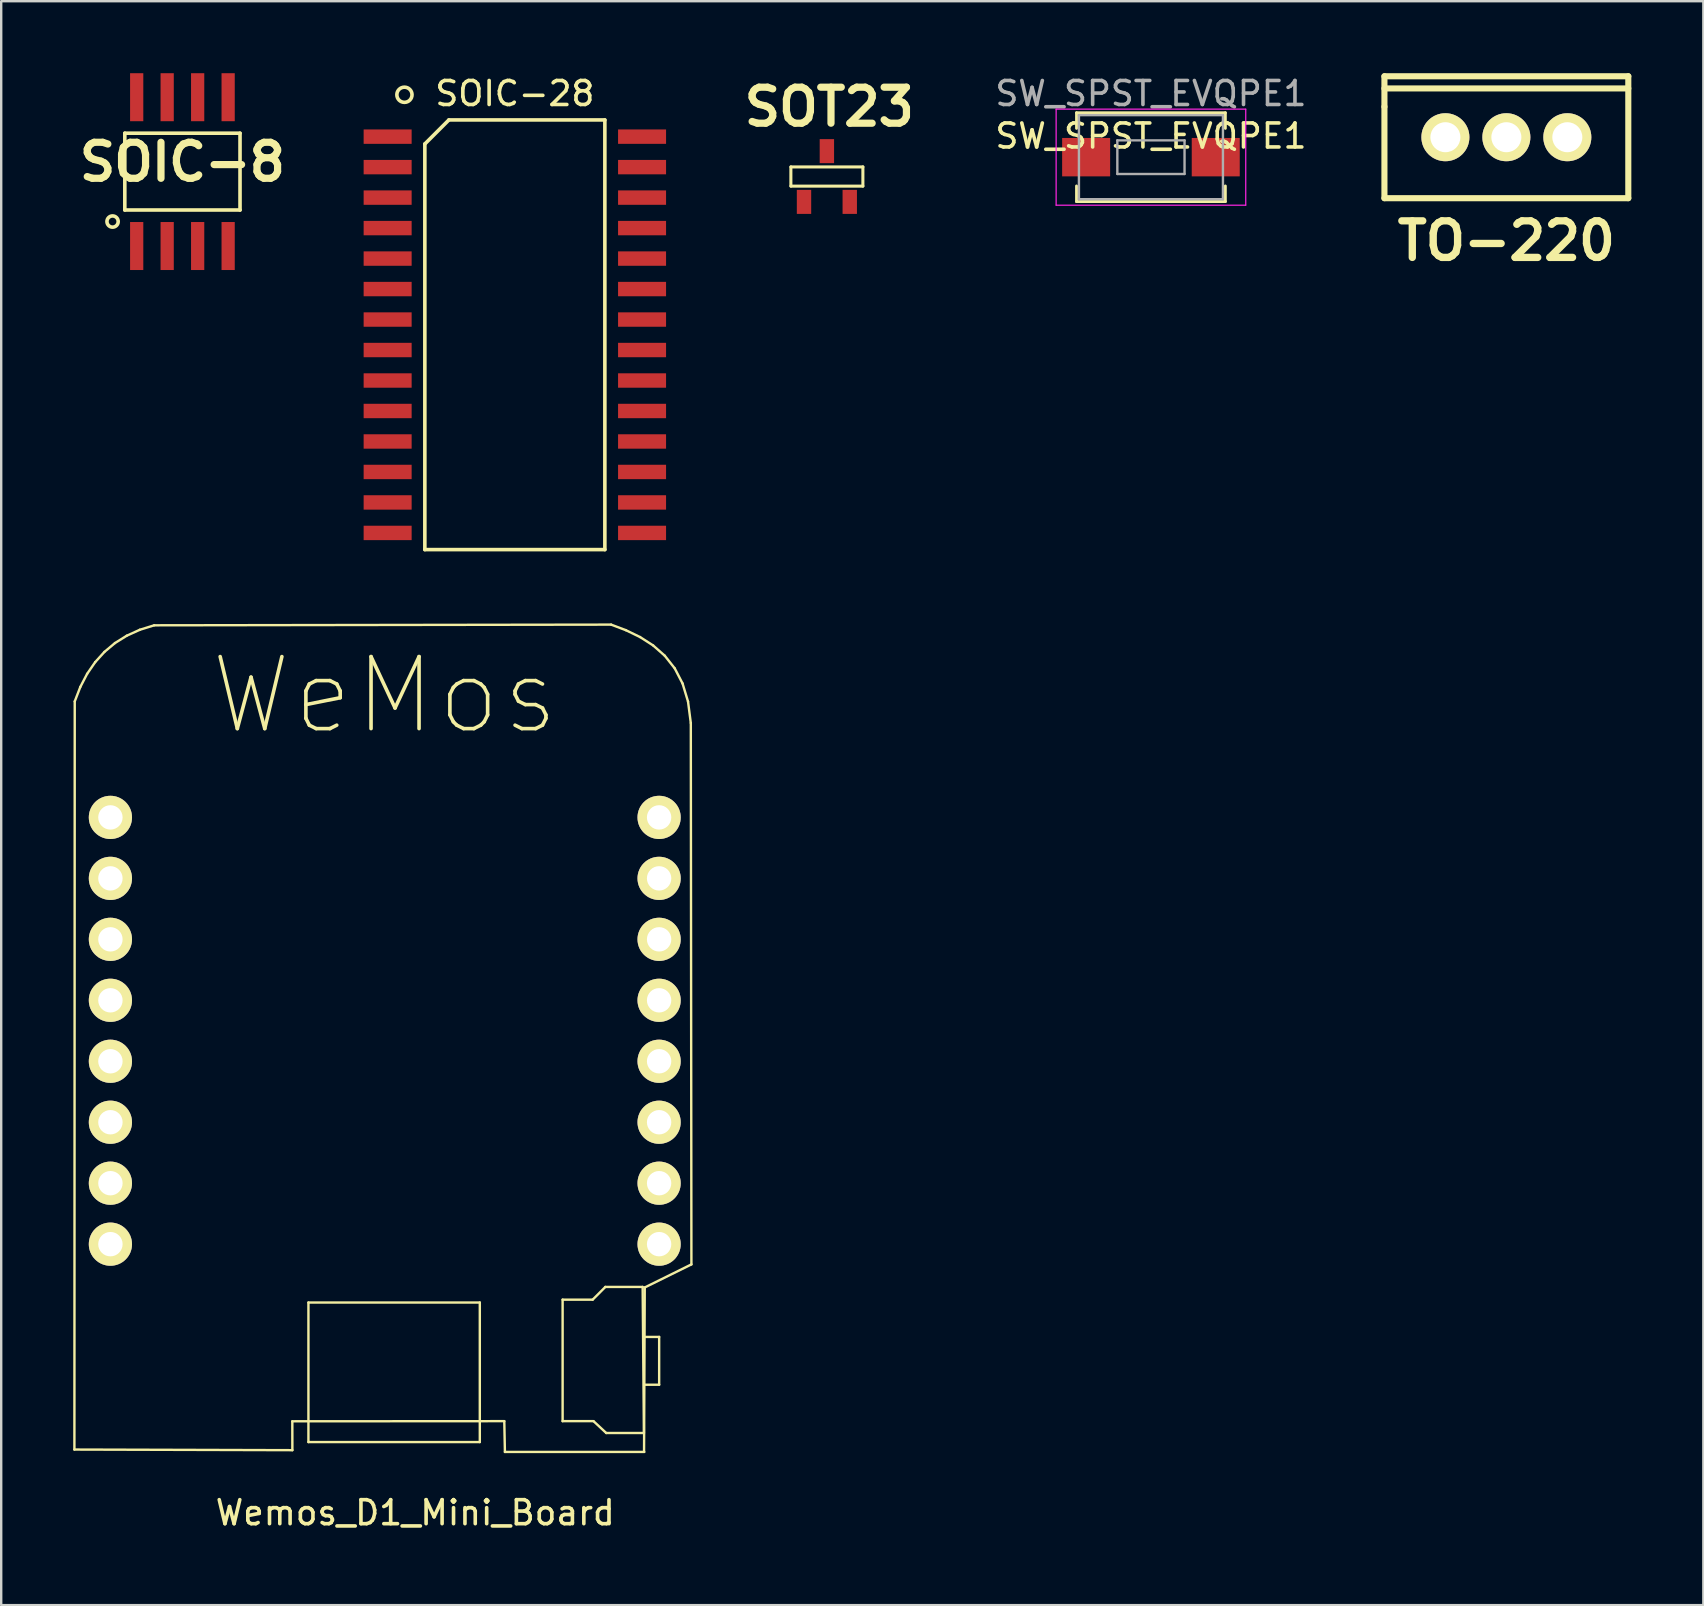
<source format=kicad_pcb>
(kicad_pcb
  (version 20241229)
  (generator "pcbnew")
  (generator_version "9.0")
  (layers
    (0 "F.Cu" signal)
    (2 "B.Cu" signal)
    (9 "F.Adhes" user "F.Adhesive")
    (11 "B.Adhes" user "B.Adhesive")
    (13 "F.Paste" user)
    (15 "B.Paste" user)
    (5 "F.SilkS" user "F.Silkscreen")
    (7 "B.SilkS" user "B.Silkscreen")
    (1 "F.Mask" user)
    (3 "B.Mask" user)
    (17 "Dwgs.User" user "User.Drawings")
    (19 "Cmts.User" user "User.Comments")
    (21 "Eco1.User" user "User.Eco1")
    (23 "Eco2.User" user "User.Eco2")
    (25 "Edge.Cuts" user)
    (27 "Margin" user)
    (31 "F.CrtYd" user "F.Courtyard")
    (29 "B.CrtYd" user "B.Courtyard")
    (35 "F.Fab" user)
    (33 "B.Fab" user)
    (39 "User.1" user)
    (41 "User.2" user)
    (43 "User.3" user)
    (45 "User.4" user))
  (footprint "Wemos_D1_Mini_Board"
    (layer "F.Cu")
    (at 12.98 41.165)
    (property "Reference" "Wemos_D1_Mini_Board" (at 1.27 18.81 0) (layer "F.SilkS") (effects (font (size 1 1) (thickness 0.15))))
    (attr through_hole)
    (fp_line (start -12.93 16.177) (end -12.916 -14.993) (stroke (width 0.1) (type solid)) (layer "F.SilkS"))
    (fp_line (start -12.916 -14.993) (end -12.683 -15.596) (stroke (width 0.1) (type solid)) (layer "F.SilkS"))
    (fp_line (start -12.683 -15.596) (end -12.4 -16.141) (stroke (width 0.1) (type solid)) (layer "F.SilkS"))
    (fp_line (start -12.4 -16.141) (end -12.065 -16.628) (stroke (width 0.1) (type solid)) (layer "F.SilkS"))
    (fp_line (start -12.065 -16.628) (end -11.679 -17.055) (stroke (width 0.1) (type solid)) (layer "F.SilkS"))
    (fp_line (start -11.679 -17.055) (end -11.241 -17.423) (stroke (width 0.1) (type solid)) (layer "F.SilkS"))
    (fp_line (start -11.241 -17.423) (end -10.749 -17.73) (stroke (width 0.1) (type solid)) (layer "F.SilkS"))
    (fp_line (start -10.749 -17.73) (end -10.205 -17.977) (stroke (width 0.1) (type solid)) (layer "F.SilkS"))
    (fp_line (start -10.205 -17.977) (end -9.607 -18.163) (stroke (width 0.1) (type solid)) (layer "F.SilkS"))
    (fp_line (start -9.607 -18.163) (end 9.43 -18.192) (stroke (width 0.1) (type solid)) (layer "F.SilkS"))
    (fp_line (start -3.851 15) (end -3.849 16.203) (stroke (width 0.1) (type solid)) (layer "F.SilkS"))
    (fp_line (start -3.849 16.203) (end -12.93 16.177) (stroke (width 0.1) (type solid)) (layer "F.SilkS"))
    (fp_line (start -3.18 10.051) (end 3.96 10.051) (stroke (width 0.1) (type solid)) (layer "F.SilkS"))
    (fp_line (start -3.18 15.865) (end -3.18 10.051) (stroke (width 0.1) (type solid)) (layer "F.SilkS"))
    (fp_line (start 3.96 10.051) (end 3.96 15.865) (stroke (width 0.1) (type solid)) (layer "F.SilkS"))
    (fp_line (start 3.96 15.865) (end -3.18 15.865) (stroke (width 0.1) (type solid)) (layer "F.SilkS"))
    (fp_line (start 4.98 14.994) (end -3.851 15) (stroke (width 0.1) (type solid)) (layer "F.SilkS"))
    (fp_line (start 5.006 16.277) (end 4.98 14.994) (stroke (width 0.1) (type solid)) (layer "F.SilkS"))
    (fp_line (start 7.41 9.932) (end 7.41 14.994) (stroke (width 0.1) (type solid)) (layer "F.SilkS"))
    (fp_line (start 7.41 14.994) (end 8.697 14.994) (stroke (width 0.1) (type solid)) (layer "F.SilkS"))
    (fp_line (start 8.662 9.932) (end 7.41 9.932) (stroke (width 0.1) (type solid)) (layer "F.SilkS"))
    (fp_line (start 8.697 14.994) (end 9.227 15.488) (stroke (width 0.1) (type solid)) (layer "F.SilkS"))
    (fp_line (start 9.191 9.402) (end 8.662 9.932) (stroke (width 0.1) (type solid)) (layer "F.SilkS"))
    (fp_line (start 9.227 15.488) (end 10.797 15.488) (stroke (width 0.1) (type solid)) (layer "F.SilkS"))
    (fp_line (start 9.43 -18.192) (end 10.05 -17.958) (stroke (width 0.1) (type solid)) (layer "F.SilkS"))
    (fp_line (start 10.05 -17.958) (end 10.638 -17.673) (stroke (width 0.1) (type solid)) (layer "F.SilkS"))
    (fp_line (start 10.638 -17.673) (end 11.181 -17.324) (stroke (width 0.1) (type solid)) (layer "F.SilkS"))
    (fp_line (start 10.744 9.402) (end 9.191 9.402) (stroke (width 0.1) (type solid)) (layer "F.SilkS"))
    (fp_line (start 10.779 11.484) (end 11.432 11.484) (stroke (width 0.1) (type solid)) (layer "F.SilkS"))
    (fp_line (start 10.797 15.488) (end 10.744 9.402) (stroke (width 0.1) (type solid)) (layer "F.SilkS"))
    (fp_line (start 10.817 16.277) (end 5.006 16.277) (stroke (width 0.1) (type solid)) (layer "F.SilkS"))
    (fp_line (start 10.832 9.424) (end 10.803 16.233) (stroke (width 0.1) (type solid)) (layer "F.SilkS"))
    (fp_line (start 11.181 -17.324) (end 11.667 -16.895) (stroke (width 0.1) (type solid)) (layer "F.SilkS"))
    (fp_line (start 11.432 11.484) (end 11.432 13.477) (stroke (width 0.1) (type solid)) (layer "F.SilkS"))
    (fp_line (start 11.432 13.477) (end 10.814 13.477) (stroke (width 0.1) (type solid)) (layer "F.SilkS"))
    (fp_line (start 11.667 -16.895) (end 12.08 -16.371) (stroke (width 0.1) (type solid)) (layer "F.SilkS"))
    (fp_line (start 12.08 -16.371) (end 12.407 -15.74) (stroke (width 0.1) (type solid)) (layer "F.SilkS"))
    (fp_line (start 12.407 -15.74) (end 12.635 -14.985) (stroke (width 0.1) (type solid)) (layer "F.SilkS"))
    (fp_line (start 12.635 -14.985) (end 12.751 -14.092) (stroke (width 0.1) (type solid)) (layer "F.SilkS"))
    (fp_line (start 12.751 -14.092) (end 12.776 8.463) (stroke (width 0.1) (type solid)) (layer "F.SilkS"))
    (fp_line (start 12.776 8.463) (end 10.832 9.424) (stroke (width 0.1) (type solid)) (layer "F.SilkS"))
    (fp_text user "WeMos" (at 0 -15.24 0) (layer "F.SilkS") (effects (font (size 3 3) (thickness 0.15))))
    (pad "1" thru_hole circle (at -11.43 7.62) (size 1.8 1.8) (drill 1.016) (layers "*.Cu" "*.Mask" "F.SilkS"))
    (pad "2" thru_hole circle (at -11.43 5.08) (size 1.8 1.8) (drill 1.016) (layers "*.Cu" "*.Mask" "F.SilkS"))
    (pad "3" thru_hole circle (at -11.43 2.54) (size 1.8 1.8) (drill 1.016) (layers "*.Cu" "*.Mask" "F.SilkS"))
    (pad "4" thru_hole circle (at -11.43 0) (size 1.8 1.8) (drill 1.016) (layers "*.Cu" "*.Mask" "F.SilkS"))
    (pad "5" thru_hole circle (at -11.43 -2.54) (size 1.8 1.8) (drill 1.016) (layers "*.Cu" "*.Mask" "F.SilkS"))
    (pad "6" thru_hole circle (at -11.43 -5.08) (size 1.8 1.8) (drill 1.016) (layers "*.Cu" "*.Mask" "F.SilkS"))
    (pad "7" thru_hole circle (at -11.43 -7.62) (size 1.8 1.8) (drill 1.016) (layers "*.Cu" "*.Mask" "F.SilkS"))
    (pad "8" thru_hole circle (at -11.43 -10.16) (size 1.8 1.8) (drill 1.016) (layers "*.Cu" "*.Mask" "F.SilkS"))
    (pad "9" thru_hole circle (at 11.43 -10.16) (size 1.8 1.8) (drill 1.016) (layers "*.Cu" "*.Mask" "F.SilkS"))
    (pad "10" thru_hole circle (at 11.43 -7.62) (size 1.8 1.8) (drill 1.016) (layers "*.Cu" "*.Mask" "F.SilkS"))
    (pad "11" thru_hole circle (at 11.43 -5.08) (size 1.8 1.8) (drill 1.016) (layers "*.Cu" "*.Mask" "F.SilkS"))
    (pad "12" thru_hole circle (at 11.43 -2.54) (size 1.8 1.8) (drill 1.016) (layers "*.Cu" "*.Mask" "F.SilkS"))
    (pad "13" thru_hole circle (at 11.43 0) (size 1.8 1.8) (drill 1.016) (layers "*.Cu" "*.Mask" "F.SilkS"))
    (pad "14" thru_hole circle (at 11.43 2.54) (size 1.8 1.8) (drill 1.016) (layers "*.Cu" "*.Mask" "F.SilkS"))
    (pad "15" thru_hole circle (at 11.43 5.08) (size 1.8 1.8) (drill 1.016) (layers "*.Cu" "*.Mask" "F.SilkS"))
    (pad "16" thru_hole circle (at 11.43 7.62) (size 1.8 1.8) (drill 1.016) (layers "*.Cu" "*.Mask" "F.SilkS")))
  (footprint "TO-220"
    (layer "F.Cu")
    (at 59.709 2.667)
    (property "Reference" "TO-220" (at 0 4.318 0) (layer "F.SilkS") (effects (font (size 1.524 1.524) (thickness 0.305))))
    (attr through_hole)
    (fp_line (start -5.08 -2.54) (end -5.08 -1.27) (stroke (width 0.254) (type solid)) (layer "F.SilkS"))
    (fp_line (start -5.08 -2.032) (end 5.08 -2.032) (stroke (width 0.254) (type solid)) (layer "F.SilkS"))
    (fp_line (start -5.08 -1.27) (end -5.08 2.54) (stroke (width 0.254) (type solid)) (layer "F.SilkS"))
    (fp_line (start -5.08 2.54) (end 5.08 2.54) (stroke (width 0.254) (type solid)) (layer "F.SilkS"))
    (fp_line (start 5.08 -2.54) (end -5.08 -2.54) (stroke (width 0.254) (type solid)) (layer "F.SilkS"))
    (fp_line (start 5.08 2.54) (end 5.08 -2.54) (stroke (width 0.254) (type solid)) (layer "F.SilkS"))
    (pad "1" thru_hole circle (at -2.54 0) (size 2 2) (drill 1.25) (layers "*.Cu" "*.Mask" "F.SilkS"))
    (pad "2" thru_hole circle (at 0 0) (size 2 2) (drill 1.25) (layers "*.Cu" "*.Mask" "F.SilkS"))
    (pad "3" thru_hole circle (at 2.54 0) (size 2 2) (drill 1.25) (layers "*.Cu" "*.Mask" "F.SilkS")))
  (footprint "SOT23"
    (layer "F.Cu")
    (at 31.4 4.304)
    (property "Reference" "SOT23" (at 0.1 -2.9 0) (layer "F.SilkS") (effects (font (size 1.5 1.5) (thickness 0.3))))
    (attr through_hole)
    (fp_line (start -1.5 0.4) (end -1.5 -0.4) (stroke (width 0.127) (type solid)) (layer "F.SilkS"))
    (fp_line (start -1.497 -0.4) (end 1.5 -0.4) (stroke (width 0.127) (type solid)) (layer "F.SilkS"))
    (fp_line (start 1.5 -0.4) (end 1.5 0.4) (stroke (width 0.127) (type solid)) (layer "F.SilkS"))
    (fp_line (start 1.5 0.4) (end -1.497 0.4) (stroke (width 0.127) (type solid)) (layer "F.SilkS"))
    (pad "1" smd rect (at -0.953 1.057) (size 0.599 1.001) (layers "F.Cu" "F.Mask" "F.Paste"))
    (pad "2" smd rect (at 0 -1.057) (size 0.599 1.001) (layers "F.Cu" "F.Mask" "F.Paste"))
    (pad "3" smd rect (at 0.953 1.057) (size 0.599 1.001) (layers "F.Cu" "F.Mask" "F.Paste")))
  (footprint "SW_SPST_EVQPE1"
    (layer "F.Cu")
    (at 44.901 3.498)
    (property "Reference" "SW_SPST_EVQPE1" (at 0 -0.88 0) (layer "F.SilkS") (effects (font (size 1 1) (thickness 0.15))))
    (attr smd)
    (fp_line (start -3.1 -1.85) (end -3.1 -1.2) (stroke (width 0.12) (type solid)) (layer "F.SilkS"))
    (fp_line (start -3.1 1.2) (end -3.1 1.85) (stroke (width 0.12) (type solid)) (layer "F.SilkS"))
    (fp_line (start -3.1 1.85) (end 3.1 1.85) (stroke (width 0.12) (type solid)) (layer "F.SilkS"))
    (fp_line (start 3.1 -1.85) (end -3.1 -1.85) (stroke (width 0.12) (type solid)) (layer "F.SilkS"))
    (fp_line (start 3.1 -1.85) (end 3.1 -1.2) (stroke (width 0.12) (type solid)) (layer "F.SilkS"))
    (fp_line (start 3.1 1.85) (end 3.1 1.2) (stroke (width 0.12) (type solid)) (layer "F.SilkS"))
    (fp_line (start -3.95 -2) (end 3.95 -2) (stroke (width 0.05) (type solid)) (layer "F.CrtYd"))
    (fp_line (start -3.95 2) (end -3.95 -2) (stroke (width 0.05) (type solid)) (layer "F.CrtYd"))
    (fp_line (start 3.95 -2) (end 3.95 2) (stroke (width 0.05) (type solid)) (layer "F.CrtYd"))
    (fp_line (start 3.95 2) (end -3.95 2) (stroke (width 0.05) (type solid)) (layer "F.CrtYd"))
    (fp_line (start -3 -1.75) (end 3 -1.75) (stroke (width 0.1) (type solid)) (layer "F.Fab"))
    (fp_line (start -3 1.75) (end -3 -1.75) (stroke (width 0.1) (type solid)) (layer "F.Fab"))
    (fp_line (start -1.4 -0.7) (end 1.4 -0.7) (stroke (width 0.1) (type solid)) (layer "F.Fab"))
    (fp_line (start -1.4 0.7) (end -1.4 -0.7) (stroke (width 0.1) (type solid)) (layer "F.Fab"))
    (fp_line (start 1.4 -0.7) (end 1.4 0.7) (stroke (width 0.1) (type solid)) (layer "F.Fab"))
    (fp_line (start 1.4 0.7) (end -1.4 0.7) (stroke (width 0.1) (type solid)) (layer "F.Fab"))
    (fp_line (start 3 -1.75) (end 3 1.75) (stroke (width 0.1) (type solid)) (layer "F.Fab"))
    (fp_line (start 3 1.75) (end -3 1.75) (stroke (width 0.1) (type solid)) (layer "F.Fab"))
    (fp_text user "${REFERENCE}" (at 0 -2.65 0) (layer "F.Fab") (effects (font (size 1 1) (thickness 0.15))))
    (pad "1" smd rect (at -2.7 0) (size 2 1.6) (layers "F.Cu" "F.Mask" "F.Paste"))
    (pad "2" smd rect (at 2.7 0) (size 2 1.6) (layers "F.Cu" "F.Mask" "F.Paste")))
  (footprint "SOIC-28"
    (layer "F.Cu")
    (at 18.4 10.898)
    (property "Reference" "SOIC-28" (at 0 -10.05 0) (layer "F.SilkS") (effects (font (size 1 1) (thickness 0.15))))
    (attr smd)
    (fp_line (start -3.75 -7.95) (end -2.75 -8.95) (stroke (width 0.15) (type solid)) (layer "F.SilkS"))
    (fp_line (start -3.75 8.95) (end -3.75 -7.95) (stroke (width 0.15) (type solid)) (layer "F.SilkS"))
    (fp_line (start -2.75 -8.95) (end 3.75 -8.95) (stroke (width 0.15) (type solid)) (layer "F.SilkS"))
    (fp_line (start 3.75 -8.95) (end 3.75 8.95) (stroke (width 0.15) (type solid)) (layer "F.SilkS"))
    (fp_line (start 3.75 8.95) (end -3.75 8.95) (stroke (width 0.15) (type solid)) (layer "F.SilkS"))
    (fp_circle (center -4.6 -10) (end -4.3 -9.9) (stroke (width 0.15) (type solid)) (fill no) (layer "F.SilkS"))
    (pad "1" smd rect (at -5.3 -8.255) (size 2 0.6) (layers "F.Cu" "F.Mask" "F.Paste"))
    (pad "2" smd rect (at -5.3 -6.985) (size 2 0.6) (layers "F.Cu" "F.Mask" "F.Paste"))
    (pad "3" smd rect (at -5.3 -5.715) (size 2 0.6) (layers "F.Cu" "F.Mask" "F.Paste"))
    (pad "4" smd rect (at -5.3 -4.445) (size 2 0.6) (layers "F.Cu" "F.Mask" "F.Paste"))
    (pad "5" smd rect (at -5.3 -3.175) (size 2 0.6) (layers "F.Cu" "F.Mask" "F.Paste"))
    (pad "6" smd rect (at -5.3 -1.905) (size 2 0.6) (layers "F.Cu" "F.Mask" "F.Paste"))
    (pad "7" smd rect (at -5.3 -0.635) (size 2 0.6) (layers "F.Cu" "F.Mask" "F.Paste"))
    (pad "8" smd rect (at -5.3 0.635) (size 2 0.6) (layers "F.Cu" "F.Mask" "F.Paste"))
    (pad "9" smd rect (at -5.3 1.905) (size 2 0.6) (layers "F.Cu" "F.Mask" "F.Paste"))
    (pad "10" smd rect (at -5.3 3.175) (size 2 0.6) (layers "F.Cu" "F.Mask" "F.Paste"))
    (pad "11" smd rect (at -5.3 4.445) (size 2 0.6) (layers "F.Cu" "F.Mask" "F.Paste"))
    (pad "12" smd rect (at -5.3 5.715) (size 2 0.6) (layers "F.Cu" "F.Mask" "F.Paste"))
    (pad "13" smd rect (at -5.3 6.985) (size 2 0.6) (layers "F.Cu" "F.Mask" "F.Paste"))
    (pad "14" smd rect (at -5.3 8.255) (size 2 0.6) (layers "F.Cu" "F.Mask" "F.Paste"))
    (pad "15" smd rect (at 5.3 8.255) (size 2 0.6) (layers "F.Cu" "F.Mask" "F.Paste"))
    (pad "16" smd rect (at 5.3 6.985) (size 2 0.6) (layers "F.Cu" "F.Mask" "F.Paste"))
    (pad "17" smd rect (at 5.3 5.715) (size 2 0.6) (layers "F.Cu" "F.Mask" "F.Paste"))
    (pad "18" smd rect (at 5.3 4.445) (size 2 0.6) (layers "F.Cu" "F.Mask" "F.Paste"))
    (pad "19" smd rect (at 5.3 3.175) (size 2 0.6) (layers "F.Cu" "F.Mask" "F.Paste"))
    (pad "20" smd rect (at 5.3 1.905) (size 2 0.6) (layers "F.Cu" "F.Mask" "F.Paste"))
    (pad "21" smd rect (at 5.3 0.635) (size 2 0.6) (layers "F.Cu" "F.Mask" "F.Paste"))
    (pad "22" smd rect (at 5.3 -0.635) (size 2 0.6) (layers "F.Cu" "F.Mask" "F.Paste"))
    (pad "23" smd rect (at 5.3 -1.905) (size 2 0.6) (layers "F.Cu" "F.Mask" "F.Paste"))
    (pad "24" smd rect (at 5.3 -3.175) (size 2 0.6) (layers "F.Cu" "F.Mask" "F.Paste"))
    (pad "25" smd rect (at 5.3 -4.445) (size 2 0.6) (layers "F.Cu" "F.Mask" "F.Paste"))
    (pad "26" smd rect (at 5.3 -5.715) (size 2 0.6) (layers "F.Cu" "F.Mask" "F.Paste"))
    (pad "27" smd rect (at 5.3 -6.985) (size 2 0.6) (layers "F.Cu" "F.Mask" "F.Paste"))
    (pad "28" smd rect (at 5.3 -8.255) (size 2 0.6) (layers "F.Cu" "F.Mask" "F.Paste")))
  (footprint "SOIC-8"
    (layer "F.Cu")
    (at 4.55 4.1)
    (property "Reference" "SOIC-8" (at 0 -0.4 0) (layer "F.SilkS") (effects (font (size 1.5 1.5) (thickness 0.3))))
    (attr through_hole)
    (fp_line (start -2.4 -1.6) (end -2.4 1.6) (stroke (width 0.15) (type solid)) (layer "F.SilkS"))
    (fp_line (start -2.4 -1.6) (end 2.4 -1.6) (stroke (width 0.15) (type solid)) (layer "F.SilkS"))
    (fp_line (start -2.4 1.6) (end 2.4 1.6) (stroke (width 0.15) (type solid)) (layer "F.SilkS"))
    (fp_line (start 2.4 -1.6) (end 2.4 1.6) (stroke (width 0.15) (type solid)) (layer "F.SilkS"))
    (fp_circle (center -2.91 2.08) (end -2.76 2.26) (stroke (width 0.15) (type solid)) (fill no) (layer "F.SilkS"))
    (pad "1" smd rect (at -1.905 3.1) (size 0.551 2) (layers "F.Cu" "F.Mask" "F.Paste"))
    (pad "2" smd rect (at -0.635 3.1) (size 0.551 2) (layers "F.Cu" "F.Mask" "F.Paste"))
    (pad "3" smd rect (at 0.635 3.1) (size 0.551 2) (layers "F.Cu" "F.Mask" "F.Paste"))
    (pad "4" smd rect (at 1.905 3.1) (size 0.551 2) (layers "F.Cu" "F.Mask" "F.Paste"))
    (pad "5" smd rect (at 1.905 -3.1 180) (size 0.551 2) (layers "F.Cu" "F.Mask" "F.Paste"))
    (pad "6" smd rect (at 0.635 -3.1 180) (size 0.551 2) (layers "F.Cu" "F.Mask" "F.Paste"))
    (pad "7" smd rect (at -0.635 -3.1 180) (size 0.551 2) (layers "F.Cu" "F.Mask" "F.Paste"))
    (pad "8" smd rect (at -1.905 -3.1 180) (size 0.551 2) (layers "F.Cu" "F.Mask" "F.Paste")))
  (gr_rect
    (start -3 -3)
    (end 67.916 63.823)
    (stroke (width 0.1) (type default))
    (fill no)
    (layer "Edge.Cuts")))
</source>
